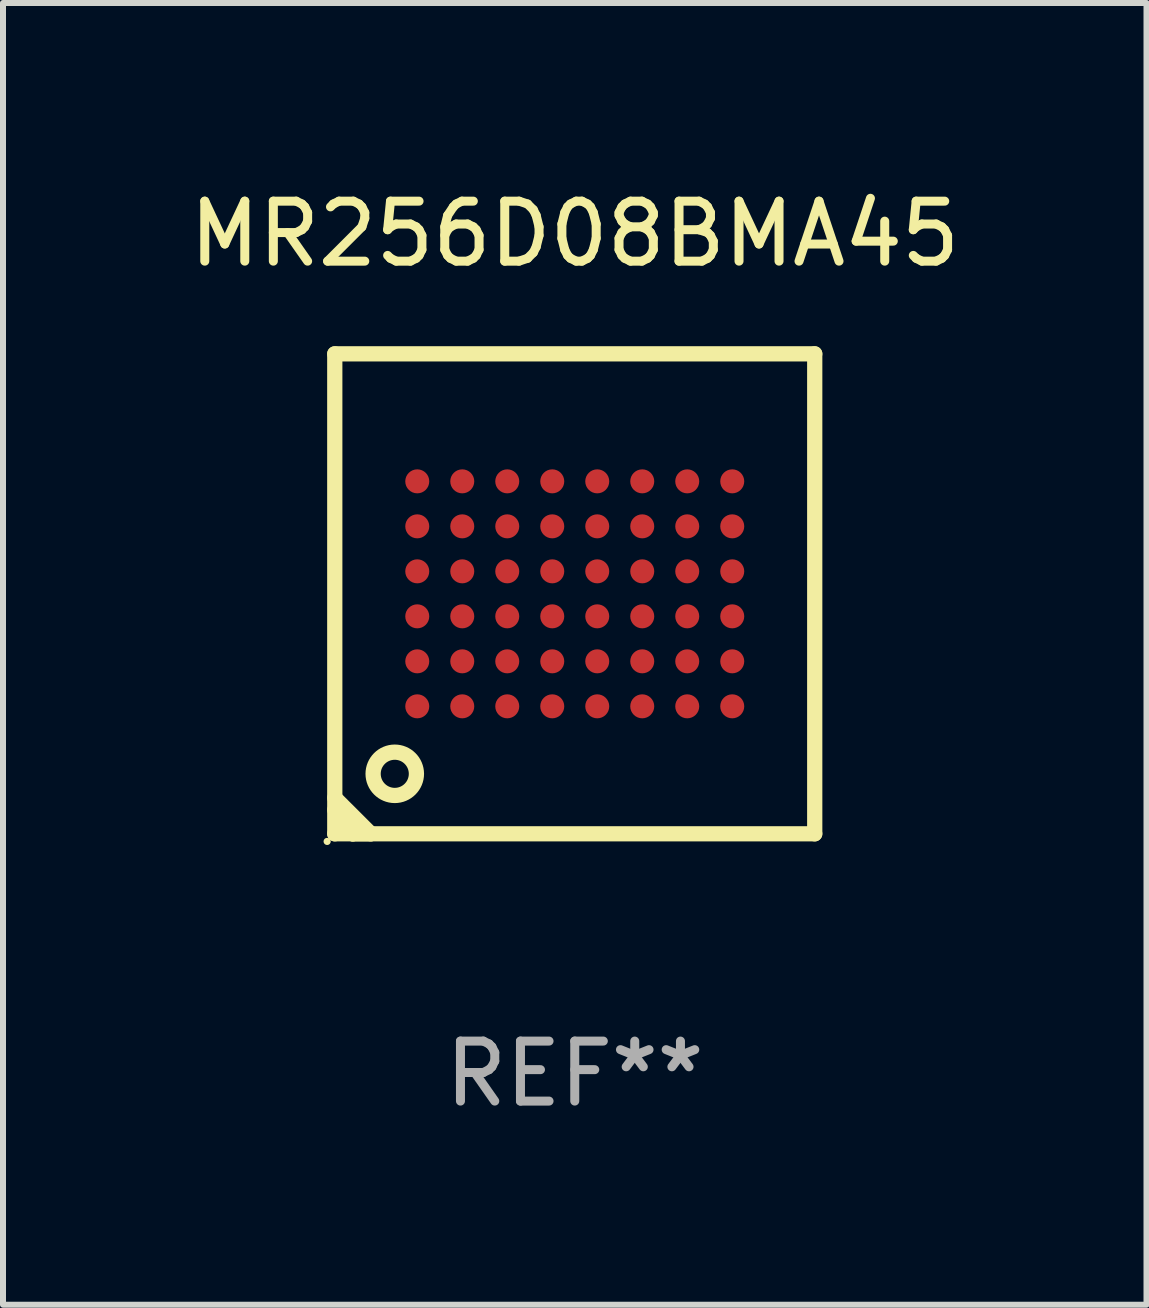
<source format=kicad_pcb>
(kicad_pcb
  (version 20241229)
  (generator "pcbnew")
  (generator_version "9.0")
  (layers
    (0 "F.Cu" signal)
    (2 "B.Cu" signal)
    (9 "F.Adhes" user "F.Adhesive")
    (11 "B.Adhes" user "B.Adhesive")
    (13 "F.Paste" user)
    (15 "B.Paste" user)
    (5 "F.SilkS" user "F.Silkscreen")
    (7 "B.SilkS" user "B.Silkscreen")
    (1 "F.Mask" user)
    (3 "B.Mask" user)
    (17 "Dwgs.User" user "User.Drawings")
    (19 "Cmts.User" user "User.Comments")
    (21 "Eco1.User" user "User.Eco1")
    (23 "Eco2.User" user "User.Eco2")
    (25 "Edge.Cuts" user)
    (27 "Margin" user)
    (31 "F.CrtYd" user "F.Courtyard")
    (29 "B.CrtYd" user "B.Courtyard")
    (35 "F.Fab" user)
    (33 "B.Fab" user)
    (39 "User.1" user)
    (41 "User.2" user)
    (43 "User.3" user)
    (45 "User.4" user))
  (footprint "MR256D08BMA45"
    (layer "F.Cu")
    (at 6.53 6.848)
    (property "Reference" "MR256D08BMA45" (at 0 -6 0) (layer "F.SilkS") (effects (font (size 1 1) (thickness 0.15))))
    (attr through_hole)
    (fp_line (start -4 -4) (end 4 -4) (stroke (width 0.254) (type solid)) (layer "F.SilkS"))
    (fp_line (start -4 3.4) (end -3.4 4) (stroke (width 0.254) (type solid)) (layer "F.SilkS"))
    (fp_line (start -4 4) (end -4 -4) (stroke (width 0.254) (type solid)) (layer "F.SilkS"))
    (fp_line (start -3.7 4) (end -3.7 4) (stroke (width 0.254) (type solid)) (layer "F.SilkS"))
    (fp_line (start -3.7 3.9) (end -4 3.6) (stroke (width 0.254) (type solid)) (layer "F.SilkS"))
    (fp_line (start -3.7 4) (end -3.7 3.9) (stroke (width 0.254) (type solid)) (layer "F.SilkS"))
    (fp_line (start -3.4 4) (end -3.7 4) (stroke (width 0.254) (type solid)) (layer "F.SilkS"))
    (fp_line (start 4 -4) (end 4 4) (stroke (width 0.254) (type solid)) (layer "F.SilkS"))
    (fp_line (start 4 4) (end -4 4) (stroke (width 0.254) (type solid)) (layer "F.SilkS"))
    (fp_circle (center -4.127 4.127) (end -4.097 4.127) (stroke (width 0.06) (type solid)) (fill no) (layer "F.SilkS"))
    (fp_circle (center -3 3) (end -2.639 3) (stroke (width 0.254) (type solid)) (fill no) (layer "F.SilkS"))
    (fp_text user "REF**" (at 0 8 0) (layer "F.Fab") (effects (font (size 1 1) (thickness 0.15))))
    (pad "A1" smd circle (at -2.625 1.875) (size 0.4 0.4) (layers "F.Cu" "F.Mask" "F.Paste"))
    (pad "A2" smd circle (at -2.625 1.125) (size 0.4 0.4) (layers "F.Cu" "F.Mask" "F.Paste"))
    (pad "A3" smd circle (at -2.625 0.375) (size 0.4 0.4) (layers "F.Cu" "F.Mask" "F.Paste"))
    (pad "A4" smd circle (at -2.625 -0.375) (size 0.4 0.4) (layers "F.Cu" "F.Mask" "F.Paste"))
    (pad "A5" smd circle (at -2.625 -1.125) (size 0.4 0.4) (layers "F.Cu" "F.Mask" "F.Paste"))
    (pad "A6" smd circle (at -2.625 -1.875) (size 0.4 0.4) (layers "F.Cu" "F.Mask" "F.Paste"))
    (pad "B1" smd circle (at -1.875 1.875) (size 0.4 0.4) (layers "F.Cu" "F.Mask" "F.Paste"))
    (pad "B2" smd circle (at -1.875 1.125) (size 0.4 0.4) (layers "F.Cu" "F.Mask" "F.Paste"))
    (pad "B3" smd circle (at -1.875 0.375) (size 0.4 0.4) (layers "F.Cu" "F.Mask" "F.Paste"))
    (pad "B4" smd circle (at -1.875 -0.375) (size 0.4 0.4) (layers "F.Cu" "F.Mask" "F.Paste"))
    (pad "B5" smd circle (at -1.875 -1.125) (size 0.4 0.4) (layers "F.Cu" "F.Mask" "F.Paste"))
    (pad "B6" smd circle (at -1.875 -1.875) (size 0.4 0.4) (layers "F.Cu" "F.Mask" "F.Paste"))
    (pad "C1" smd circle (at -1.125 1.875) (size 0.4 0.4) (layers "F.Cu" "F.Mask" "F.Paste"))
    (pad "C2" smd circle (at -1.125 1.125) (size 0.4 0.4) (layers "F.Cu" "F.Mask" "F.Paste"))
    (pad "C3" smd circle (at -1.125 0.375) (size 0.4 0.4) (layers "F.Cu" "F.Mask" "F.Paste"))
    (pad "C4" smd circle (at -1.125 -0.375) (size 0.4 0.4) (layers "F.Cu" "F.Mask" "F.Paste"))
    (pad "C5" smd circle (at -1.125 -1.125) (size 0.4 0.4) (layers "F.Cu" "F.Mask" "F.Paste"))
    (pad "C6" smd circle (at -1.125 -1.875) (size 0.4 0.4) (layers "F.Cu" "F.Mask" "F.Paste"))
    (pad "D1" smd circle (at -0.375 1.875) (size 0.4 0.4) (layers "F.Cu" "F.Mask" "F.Paste"))
    (pad "D2" smd circle (at -0.375 1.125) (size 0.4 0.4) (layers "F.Cu" "F.Mask" "F.Paste"))
    (pad "D3" smd circle (at -0.375 0.375) (size 0.4 0.4) (layers "F.Cu" "F.Mask" "F.Paste"))
    (pad "D4" smd circle (at -0.375 -0.375) (size 0.4 0.4) (layers "F.Cu" "F.Mask" "F.Paste"))
    (pad "D5" smd circle (at -0.375 -1.125) (size 0.4 0.4) (layers "F.Cu" "F.Mask" "F.Paste"))
    (pad "D6" smd circle (at -0.375 -1.875) (size 0.4 0.4) (layers "F.Cu" "F.Mask" "F.Paste"))
    (pad "E1" smd circle (at 0.375 1.875) (size 0.4 0.4) (layers "F.Cu" "F.Mask" "F.Paste"))
    (pad "E2" smd circle (at 0.375 1.125) (size 0.4 0.4) (layers "F.Cu" "F.Mask" "F.Paste"))
    (pad "E3" smd circle (at 0.375 0.375) (size 0.4 0.4) (layers "F.Cu" "F.Mask" "F.Paste"))
    (pad "E4" smd circle (at 0.375 -0.375) (size 0.4 0.4) (layers "F.Cu" "F.Mask" "F.Paste"))
    (pad "E5" smd circle (at 0.375 -1.125) (size 0.4 0.4) (layers "F.Cu" "F.Mask" "F.Paste"))
    (pad "E6" smd circle (at 0.375 -1.875) (size 0.4 0.4) (layers "F.Cu" "F.Mask" "F.Paste"))
    (pad "F1" smd circle (at 1.125 1.875) (size 0.4 0.4) (layers "F.Cu" "F.Mask" "F.Paste"))
    (pad "F2" smd circle (at 1.125 1.125) (size 0.4 0.4) (layers "F.Cu" "F.Mask" "F.Paste"))
    (pad "F3" smd circle (at 1.125 0.375) (size 0.4 0.4) (layers "F.Cu" "F.Mask" "F.Paste"))
    (pad "F4" smd circle (at 1.125 -0.375) (size 0.4 0.4) (layers "F.Cu" "F.Mask" "F.Paste"))
    (pad "F5" smd circle (at 1.125 -1.125) (size 0.4 0.4) (layers "F.Cu" "F.Mask" "F.Paste"))
    (pad "F6" smd circle (at 1.125 -1.875) (size 0.4 0.4) (layers "F.Cu" "F.Mask" "F.Paste"))
    (pad "G1" smd circle (at 1.875 1.875) (size 0.4 0.4) (layers "F.Cu" "F.Mask" "F.Paste"))
    (pad "G2" smd circle (at 1.875 1.125) (size 0.4 0.4) (layers "F.Cu" "F.Mask" "F.Paste"))
    (pad "G3" smd circle (at 1.875 0.375) (size 0.4 0.4) (layers "F.Cu" "F.Mask" "F.Paste"))
    (pad "G4" smd circle (at 1.875 -0.375) (size 0.4 0.4) (layers "F.Cu" "F.Mask" "F.Paste"))
    (pad "G5" smd circle (at 1.875 -1.125) (size 0.4 0.4) (layers "F.Cu" "F.Mask" "F.Paste"))
    (pad "G6" smd circle (at 1.875 -1.875) (size 0.4 0.4) (layers "F.Cu" "F.Mask" "F.Paste"))
    (pad "H1" smd circle (at 2.625 1.875) (size 0.4 0.4) (layers "F.Cu" "F.Mask" "F.Paste"))
    (pad "H2" smd circle (at 2.625 1.125) (size 0.4 0.4) (layers "F.Cu" "F.Mask" "F.Paste"))
    (pad "H3" smd circle (at 2.625 0.375) (size 0.4 0.4) (layers "F.Cu" "F.Mask" "F.Paste"))
    (pad "H4" smd circle (at 2.625 -0.375) (size 0.4 0.4) (layers "F.Cu" "F.Mask" "F.Paste"))
    (pad "H5" smd circle (at 2.625 -1.125) (size 0.4 0.4) (layers "F.Cu" "F.Mask" "F.Paste"))
    (pad "H6" smd circle (at 2.625 -1.875) (size 0.4 0.4) (layers "F.Cu" "F.Mask" "F.Paste")))
  (gr_rect
    (start -3 -3)
    (end 16.06 18.697)
    (stroke (width 0.1) (type default))
    (fill no)
    (layer "Edge.Cuts")))
</source>
